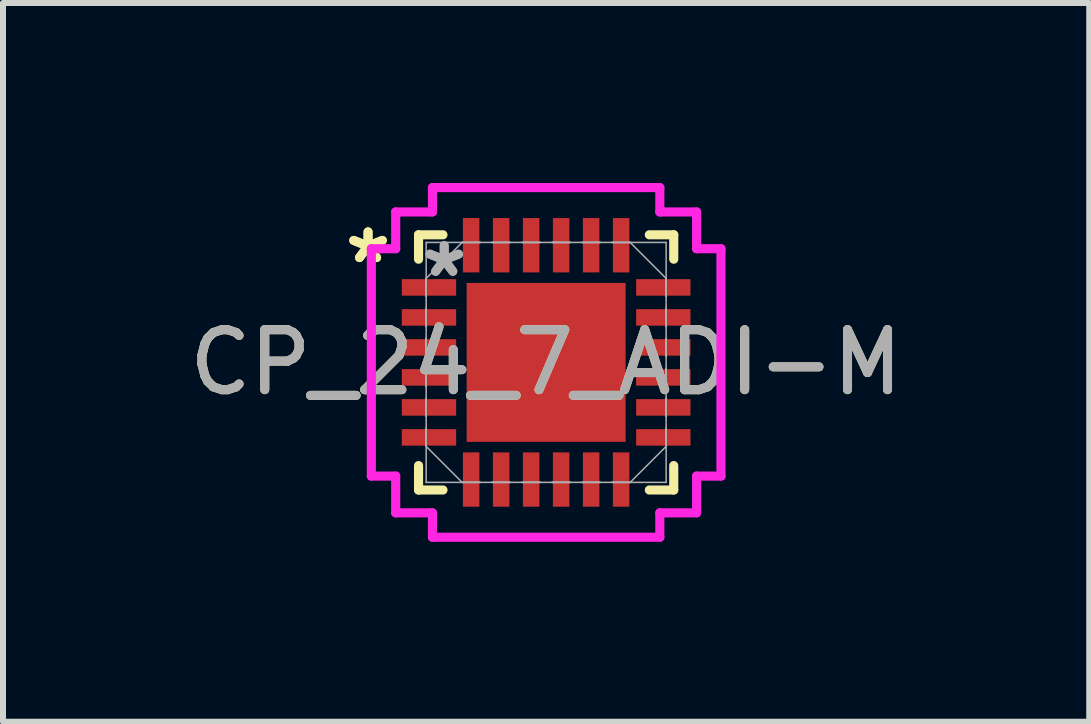
<source format=kicad_pcb>
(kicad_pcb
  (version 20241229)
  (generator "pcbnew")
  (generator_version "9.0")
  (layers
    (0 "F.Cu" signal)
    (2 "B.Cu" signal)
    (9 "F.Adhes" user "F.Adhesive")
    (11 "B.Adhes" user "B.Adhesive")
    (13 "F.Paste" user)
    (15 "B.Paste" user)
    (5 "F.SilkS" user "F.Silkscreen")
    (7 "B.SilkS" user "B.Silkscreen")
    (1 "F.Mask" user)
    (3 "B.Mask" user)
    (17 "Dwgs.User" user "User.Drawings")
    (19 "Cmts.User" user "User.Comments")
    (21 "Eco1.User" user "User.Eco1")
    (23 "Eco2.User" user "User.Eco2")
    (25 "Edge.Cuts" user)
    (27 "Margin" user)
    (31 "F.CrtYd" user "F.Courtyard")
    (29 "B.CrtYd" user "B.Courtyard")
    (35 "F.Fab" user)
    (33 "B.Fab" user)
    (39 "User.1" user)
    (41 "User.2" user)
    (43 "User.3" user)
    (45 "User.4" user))
  (footprint "CP_24_7_ADI-M"
    (layer "F.Cu")
    (at 6.054 2.991)
    (property "Reference" "CP_24_7_ADI-M" (at 0 0 0) (unlocked yes) (layer "F.SilkS") (effects (font (size 1 1) (thickness 0.15))))
    (attr smd)
    (fp_line (start -2.127 -2.127) (end -2.127 -1.72) (stroke (width 0.152) (type solid)) (layer "F.SilkS"))
    (fp_line (start -2.127 1.72) (end -2.127 2.127) (stroke (width 0.152) (type solid)) (layer "F.SilkS"))
    (fp_line (start -2.127 2.127) (end -1.72 2.127) (stroke (width 0.152) (type solid)) (layer "F.SilkS"))
    (fp_line (start -1.72 -2.127) (end -2.127 -2.127) (stroke (width 0.152) (type solid)) (layer "F.SilkS"))
    (fp_line (start 1.72 2.127) (end 2.127 2.127) (stroke (width 0.152) (type solid)) (layer "F.SilkS"))
    (fp_line (start 2.127 -2.127) (end 1.72 -2.127) (stroke (width 0.152) (type solid)) (layer "F.SilkS"))
    (fp_line (start 2.127 -1.72) (end 2.127 -2.127) (stroke (width 0.152) (type solid)) (layer "F.SilkS"))
    (fp_line (start 2.127 2.127) (end 2.127 1.72) (stroke (width 0.152) (type solid)) (layer "F.SilkS"))
    (fp_poly (pts (xy -1.225 -1.225) (xy -1.225 -0.1) (xy -0.1 -0.1) (xy -0.1 -1.225)) (stroke (width 0) (type solid)) (fill yes) (layer "F.Paste"))
    (fp_poly (pts (xy -1.225 0.1) (xy -1.225 1.225) (xy -0.1 1.225) (xy -0.1 0.1)) (stroke (width 0) (type solid)) (fill yes) (layer "F.Paste"))
    (fp_poly (pts (xy 0.1 -1.225) (xy 0.1 -0.1) (xy 1.225 -0.1) (xy 1.225 -1.225)) (stroke (width 0) (type solid)) (fill yes) (layer "F.Paste"))
    (fp_poly (pts (xy 0.1 0.1) (xy 0.1 1.225) (xy 1.225 1.225) (xy 1.225 0.1)) (stroke (width 0) (type solid)) (fill yes) (layer "F.Paste"))
    (fp_line (start -2.914 -1.895) (end -2.508 -1.895) (stroke (width 0.152) (type solid)) (layer "F.CrtYd"))
    (fp_line (start -2.914 1.895) (end -2.914 -1.895) (stroke (width 0.152) (type solid)) (layer "F.CrtYd"))
    (fp_line (start -2.508 -2.508) (end -1.895 -2.508) (stroke (width 0.152) (type solid)) (layer "F.CrtYd"))
    (fp_line (start -2.508 -1.895) (end -2.508 -2.508) (stroke (width 0.152) (type solid)) (layer "F.CrtYd"))
    (fp_line (start -2.508 1.895) (end -2.914 1.895) (stroke (width 0.152) (type solid)) (layer "F.CrtYd"))
    (fp_line (start -2.508 2.508) (end -2.508 1.895) (stroke (width 0.152) (type solid)) (layer "F.CrtYd"))
    (fp_line (start -1.895 -2.914) (end 1.895 -2.914) (stroke (width 0.152) (type solid)) (layer "F.CrtYd"))
    (fp_line (start -1.895 -2.508) (end -1.895 -2.914) (stroke (width 0.152) (type solid)) (layer "F.CrtYd"))
    (fp_line (start -1.895 2.508) (end -2.508 2.508) (stroke (width 0.152) (type solid)) (layer "F.CrtYd"))
    (fp_line (start -1.895 2.914) (end -1.895 2.508) (stroke (width 0.152) (type solid)) (layer "F.CrtYd"))
    (fp_line (start 1.895 -2.914) (end 1.895 -2.508) (stroke (width 0.152) (type solid)) (layer "F.CrtYd"))
    (fp_line (start 1.895 -2.508) (end 2.508 -2.508) (stroke (width 0.152) (type solid)) (layer "F.CrtYd"))
    (fp_line (start 1.895 2.508) (end 1.895 2.914) (stroke (width 0.152) (type solid)) (layer "F.CrtYd"))
    (fp_line (start 1.895 2.914) (end -1.895 2.914) (stroke (width 0.152) (type solid)) (layer "F.CrtYd"))
    (fp_line (start 2.508 -2.508) (end 2.508 -1.895) (stroke (width 0.152) (type solid)) (layer "F.CrtYd"))
    (fp_line (start 2.508 -1.895) (end 2.914 -1.895) (stroke (width 0.152) (type solid)) (layer "F.CrtYd"))
    (fp_line (start 2.508 1.895) (end 2.508 2.508) (stroke (width 0.152) (type solid)) (layer "F.CrtYd"))
    (fp_line (start 2.508 2.508) (end 1.895 2.508) (stroke (width 0.152) (type solid)) (layer "F.CrtYd"))
    (fp_line (start 2.914 -1.895) (end 2.914 1.895) (stroke (width 0.152) (type solid)) (layer "F.CrtYd"))
    (fp_line (start 2.914 1.895) (end 2.508 1.895) (stroke (width 0.152) (type solid)) (layer "F.CrtYd"))
    (fp_line (start -2 -2) (end -2 2) (stroke (width 0.025) (type solid)) (layer "F.Fab"))
    (fp_line (start -2 -1.4) (end -2 -1.4) (stroke (width 0.025) (type solid)) (layer "F.Fab"))
    (fp_line (start -2 -1.4) (end -2 -1.1) (stroke (width 0.025) (type solid)) (layer "F.Fab"))
    (fp_line (start -2 -1.4) (end -1.4 -2) (stroke (width 0.025) (type solid)) (layer "F.Fab"))
    (fp_line (start -2 -1.1) (end -2 -1.4) (stroke (width 0.025) (type solid)) (layer "F.Fab"))
    (fp_line (start -2 -1.1) (end -2 -1.1) (stroke (width 0.025) (type solid)) (layer "F.Fab"))
    (fp_line (start -2 -0.9) (end -2 -0.9) (stroke (width 0.025) (type solid)) (layer "F.Fab"))
    (fp_line (start -2 -0.9) (end -2 -0.6) (stroke (width 0.025) (type solid)) (layer "F.Fab"))
    (fp_line (start -2 -0.6) (end -2 -0.9) (stroke (width 0.025) (type solid)) (layer "F.Fab"))
    (fp_line (start -2 -0.6) (end -2 -0.6) (stroke (width 0.025) (type solid)) (layer "F.Fab"))
    (fp_line (start -2 -0.4) (end -2 -0.4) (stroke (width 0.025) (type solid)) (layer "F.Fab"))
    (fp_line (start -2 -0.4) (end -2 -0.1) (stroke (width 0.025) (type solid)) (layer "F.Fab"))
    (fp_line (start -2 -0.1) (end -2 -0.4) (stroke (width 0.025) (type solid)) (layer "F.Fab"))
    (fp_line (start -2 -0.1) (end -2 -0.1) (stroke (width 0.025) (type solid)) (layer "F.Fab"))
    (fp_line (start -2 0.1) (end -2 0.1) (stroke (width 0.025) (type solid)) (layer "F.Fab"))
    (fp_line (start -2 0.1) (end -2 0.4) (stroke (width 0.025) (type solid)) (layer "F.Fab"))
    (fp_line (start -2 0.4) (end -2 0.1) (stroke (width 0.025) (type solid)) (layer "F.Fab"))
    (fp_line (start -2 0.4) (end -2 0.4) (stroke (width 0.025) (type solid)) (layer "F.Fab"))
    (fp_line (start -2 0.6) (end -2 0.6) (stroke (width 0.025) (type solid)) (layer "F.Fab"))
    (fp_line (start -2 0.6) (end -2 0.9) (stroke (width 0.025) (type solid)) (layer "F.Fab"))
    (fp_line (start -2 0.9) (end -2 0.6) (stroke (width 0.025) (type solid)) (layer "F.Fab"))
    (fp_line (start -2 0.9) (end -2 0.9) (stroke (width 0.025) (type solid)) (layer "F.Fab"))
    (fp_line (start -2 1.1) (end -2 1.1) (stroke (width 0.025) (type solid)) (layer "F.Fab"))
    (fp_line (start -2 1.1) (end -2 1.4) (stroke (width 0.025) (type solid)) (layer "F.Fab"))
    (fp_line (start -2 1.4) (end -2 1.1) (stroke (width 0.025) (type solid)) (layer "F.Fab"))
    (fp_line (start -2 1.4) (end -2 1.4) (stroke (width 0.025) (type solid)) (layer "F.Fab"))
    (fp_line (start -2 2) (end 2 2) (stroke (width 0.025) (type solid)) (layer "F.Fab"))
    (fp_line (start -1.4 -2) (end -1.4 -2) (stroke (width 0.025) (type solid)) (layer "F.Fab"))
    (fp_line (start -1.4 -2) (end -1.1 -2) (stroke (width 0.025) (type solid)) (layer "F.Fab"))
    (fp_line (start -1.4 2) (end -2 1.4) (stroke (width 0.025) (type solid)) (layer "F.Fab"))
    (fp_line (start -1.4 2) (end -1.4 2) (stroke (width 0.025) (type solid)) (layer "F.Fab"))
    (fp_line (start -1.4 2) (end -1.1 2) (stroke (width 0.025) (type solid)) (layer "F.Fab"))
    (fp_line (start -1.1 -2) (end -1.4 -2) (stroke (width 0.025) (type solid)) (layer "F.Fab"))
    (fp_line (start -1.1 -2) (end -1.1 -2) (stroke (width 0.025) (type solid)) (layer "F.Fab"))
    (fp_line (start -1.1 2) (end -1.4 2) (stroke (width 0.025) (type solid)) (layer "F.Fab"))
    (fp_line (start -1.1 2) (end -1.1 2) (stroke (width 0.025) (type solid)) (layer "F.Fab"))
    (fp_line (start -0.9 -2) (end -0.9 -2) (stroke (width 0.025) (type solid)) (layer "F.Fab"))
    (fp_line (start -0.9 -2) (end -0.6 -2) (stroke (width 0.025) (type solid)) (layer "F.Fab"))
    (fp_line (start -0.9 2) (end -0.9 2) (stroke (width 0.025) (type solid)) (layer "F.Fab"))
    (fp_line (start -0.9 2) (end -0.6 2) (stroke (width 0.025) (type solid)) (layer "F.Fab"))
    (fp_line (start -0.6 -2) (end -0.9 -2) (stroke (width 0.025) (type solid)) (layer "F.Fab"))
    (fp_line (start -0.6 -2) (end -0.6 -2) (stroke (width 0.025) (type solid)) (layer "F.Fab"))
    (fp_line (start -0.6 2) (end -0.9 2) (stroke (width 0.025) (type solid)) (layer "F.Fab"))
    (fp_line (start -0.6 2) (end -0.6 2) (stroke (width 0.025) (type solid)) (layer "F.Fab"))
    (fp_line (start -0.4 -2) (end -0.4 -2) (stroke (width 0.025) (type solid)) (layer "F.Fab"))
    (fp_line (start -0.4 -2) (end -0.1 -2) (stroke (width 0.025) (type solid)) (layer "F.Fab"))
    (fp_line (start -0.4 2) (end -0.4 2) (stroke (width 0.025) (type solid)) (layer "F.Fab"))
    (fp_line (start -0.4 2) (end -0.1 2) (stroke (width 0.025) (type solid)) (layer "F.Fab"))
    (fp_line (start -0.1 -2) (end -0.4 -2) (stroke (width 0.025) (type solid)) (layer "F.Fab"))
    (fp_line (start -0.1 -2) (end -0.1 -2) (stroke (width 0.025) (type solid)) (layer "F.Fab"))
    (fp_line (start -0.1 2) (end -0.4 2) (stroke (width 0.025) (type solid)) (layer "F.Fab"))
    (fp_line (start -0.1 2) (end -0.1 2) (stroke (width 0.025) (type solid)) (layer "F.Fab"))
    (fp_line (start 0.1 -2) (end 0.1 -2) (stroke (width 0.025) (type solid)) (layer "F.Fab"))
    (fp_line (start 0.1 -2) (end 0.4 -2) (stroke (width 0.025) (type solid)) (layer "F.Fab"))
    (fp_line (start 0.1 2) (end 0.1 2) (stroke (width 0.025) (type solid)) (layer "F.Fab"))
    (fp_line (start 0.1 2) (end 0.4 2) (stroke (width 0.025) (type solid)) (layer "F.Fab"))
    (fp_line (start 0.4 -2) (end 0.1 -2) (stroke (width 0.025) (type solid)) (layer "F.Fab"))
    (fp_line (start 0.4 -2) (end 0.4 -2) (stroke (width 0.025) (type solid)) (layer "F.Fab"))
    (fp_line (start 0.4 2) (end 0.1 2) (stroke (width 0.025) (type solid)) (layer "F.Fab"))
    (fp_line (start 0.4 2) (end 0.4 2) (stroke (width 0.025) (type solid)) (layer "F.Fab"))
    (fp_line (start 0.6 -2) (end 0.6 -2) (stroke (width 0.025) (type solid)) (layer "F.Fab"))
    (fp_line (start 0.6 -2) (end 0.9 -2) (stroke (width 0.025) (type solid)) (layer "F.Fab"))
    (fp_line (start 0.6 2) (end 0.6 2) (stroke (width 0.025) (type solid)) (layer "F.Fab"))
    (fp_line (start 0.6 2) (end 0.9 2) (stroke (width 0.025) (type solid)) (layer "F.Fab"))
    (fp_line (start 0.9 -2) (end 0.6 -2) (stroke (width 0.025) (type solid)) (layer "F.Fab"))
    (fp_line (start 0.9 -2) (end 0.9 -2) (stroke (width 0.025) (type solid)) (layer "F.Fab"))
    (fp_line (start 0.9 2) (end 0.6 2) (stroke (width 0.025) (type solid)) (layer "F.Fab"))
    (fp_line (start 0.9 2) (end 0.9 2) (stroke (width 0.025) (type solid)) (layer "F.Fab"))
    (fp_line (start 1.1 -2) (end 1.1 -2) (stroke (width 0.025) (type solid)) (layer "F.Fab"))
    (fp_line (start 1.1 -2) (end 1.4 -2) (stroke (width 0.025) (type solid)) (layer "F.Fab"))
    (fp_line (start 1.1 2) (end 1.1 2) (stroke (width 0.025) (type solid)) (layer "F.Fab"))
    (fp_line (start 1.1 2) (end 1.4 2) (stroke (width 0.025) (type solid)) (layer "F.Fab"))
    (fp_line (start 1.4 -2) (end 1.1 -2) (stroke (width 0.025) (type solid)) (layer "F.Fab"))
    (fp_line (start 1.4 -2) (end 1.4 -2) (stroke (width 0.025) (type solid)) (layer "F.Fab"))
    (fp_line (start 1.4 -2) (end 2 -1.4) (stroke (width 0.025) (type solid)) (layer "F.Fab"))
    (fp_line (start 1.4 2) (end 1.1 2) (stroke (width 0.025) (type solid)) (layer "F.Fab"))
    (fp_line (start 1.4 2) (end 1.4 2) (stroke (width 0.025) (type solid)) (layer "F.Fab"))
    (fp_line (start 1.4 2) (end 2 1.4) (stroke (width 0.025) (type solid)) (layer "F.Fab"))
    (fp_line (start 2 -2) (end -2 -2) (stroke (width 0.025) (type solid)) (layer "F.Fab"))
    (fp_line (start 2 -1.4) (end 2 -1.4) (stroke (width 0.025) (type solid)) (layer "F.Fab"))
    (fp_line (start 2 -1.4) (end 2 -1.1) (stroke (width 0.025) (type solid)) (layer "F.Fab"))
    (fp_line (start 2 -1.1) (end 2 -1.4) (stroke (width 0.025) (type solid)) (layer "F.Fab"))
    (fp_line (start 2 -1.1) (end 2 -1.1) (stroke (width 0.025) (type solid)) (layer "F.Fab"))
    (fp_line (start 2 -0.9) (end 2 -0.9) (stroke (width 0.025) (type solid)) (layer "F.Fab"))
    (fp_line (start 2 -0.9) (end 2 -0.6) (stroke (width 0.025) (type solid)) (layer "F.Fab"))
    (fp_line (start 2 -0.6) (end 2 -0.9) (stroke (width 0.025) (type solid)) (layer "F.Fab"))
    (fp_line (start 2 -0.6) (end 2 -0.6) (stroke (width 0.025) (type solid)) (layer "F.Fab"))
    (fp_line (start 2 -0.4) (end 2 -0.4) (stroke (width 0.025) (type solid)) (layer "F.Fab"))
    (fp_line (start 2 -0.4) (end 2 -0.1) (stroke (width 0.025) (type solid)) (layer "F.Fab"))
    (fp_line (start 2 -0.1) (end 2 -0.4) (stroke (width 0.025) (type solid)) (layer "F.Fab"))
    (fp_line (start 2 -0.1) (end 2 -0.1) (stroke (width 0.025) (type solid)) (layer "F.Fab"))
    (fp_line (start 2 0.1) (end 2 0.1) (stroke (width 0.025) (type solid)) (layer "F.Fab"))
    (fp_line (start 2 0.1) (end 2 0.4) (stroke (width 0.025) (type solid)) (layer "F.Fab"))
    (fp_line (start 2 0.4) (end 2 0.1) (stroke (width 0.025) (type solid)) (layer "F.Fab"))
    (fp_line (start 2 0.4) (end 2 0.4) (stroke (width 0.025) (type solid)) (layer "F.Fab"))
    (fp_line (start 2 0.6) (end 2 0.6) (stroke (width 0.025) (type solid)) (layer "F.Fab"))
    (fp_line (start 2 0.6) (end 2 0.9) (stroke (width 0.025) (type solid)) (layer "F.Fab"))
    (fp_line (start 2 0.9) (end 2 0.6) (stroke (width 0.025) (type solid)) (layer "F.Fab"))
    (fp_line (start 2 0.9) (end 2 0.9) (stroke (width 0.025) (type solid)) (layer "F.Fab"))
    (fp_line (start 2 1.1) (end 2 1.1) (stroke (width 0.025) (type solid)) (layer "F.Fab"))
    (fp_line (start 2 1.1) (end 2 1.4) (stroke (width 0.025) (type solid)) (layer "F.Fab"))
    (fp_line (start 2 1.4) (end 2 1.1) (stroke (width 0.025) (type solid)) (layer "F.Fab"))
    (fp_line (start 2 1.4) (end 2 1.4) (stroke (width 0.025) (type solid)) (layer "F.Fab"))
    (fp_line (start 2 2) (end 2 -2) (stroke (width 0.025) (type solid)) (layer "F.Fab"))
    (fp_text user "*" (at -2.969 -1.631 0) (layer "F.SilkS") (effects (font (size 1 1) (thickness 0.15))))
    (fp_text user "*" (at -2.969 -1.631 0) (unlocked yes) (layer "F.SilkS") (effects (font (size 1 1) (thickness 0.15))))
    (fp_text user "*" (at -1.699 -1.402 0) (layer "F.Fab") (effects (font (size 1 1) (thickness 0.15))))
    (fp_text user "*" (at -1.699 -1.402 0) (unlocked yes) (layer "F.Fab") (effects (font (size 1 1) (thickness 0.15))))
    (fp_text user "${REFERENCE}" (at 0 0 0) (unlocked yes) (layer "F.Fab") (effects (font (size 1 1) (thickness 0.15))))
    (pad "1" smd rect (at 1.25 -1.953) (size 0.275 0.906) (layers "F.Cu" "F.Mask" "F.Paste"))
    (pad "2" smd rect (at 0.75 -1.953) (size 0.275 0.906) (layers "F.Cu" "F.Mask" "F.Paste"))
    (pad "3" smd rect (at 0.25 -1.953) (size 0.275 0.906) (layers "F.Cu" "F.Mask" "F.Paste"))
    (pad "4" smd rect (at -0.25 -1.953) (size 0.275 0.906) (layers "F.Cu" "F.Mask" "F.Paste"))
    (pad "5" smd rect (at -0.75 -1.953) (size 0.275 0.906) (layers "F.Cu" "F.Mask" "F.Paste"))
    (pad "6" smd rect (at -1.25 -1.953) (size 0.275 0.906) (layers "F.Cu" "F.Mask" "F.Paste"))
    (pad "7" smd rect (at -1.953 -1.25 90) (size 0.275 0.906) (layers "F.Cu" "F.Mask" "F.Paste"))
    (pad "8" smd rect (at -1.953 -0.75 90) (size 0.275 0.906) (layers "F.Cu" "F.Mask" "F.Paste"))
    (pad "9" smd rect (at -1.953 -0.25 90) (size 0.275 0.906) (layers "F.Cu" "F.Mask" "F.Paste"))
    (pad "10" smd rect (at -1.953 0.25 90) (size 0.275 0.906) (layers "F.Cu" "F.Mask" "F.Paste"))
    (pad "11" smd rect (at -1.953 0.75 90) (size 0.275 0.906) (layers "F.Cu" "F.Mask" "F.Paste"))
    (pad "12" smd rect (at -1.953 1.25 90) (size 0.275 0.906) (layers "F.Cu" "F.Mask" "F.Paste"))
    (pad "13" smd rect (at -1.25 1.953) (size 0.275 0.906) (layers "F.Cu" "F.Mask" "F.Paste"))
    (pad "14" smd rect (at -0.75 1.953) (size 0.275 0.906) (layers "F.Cu" "F.Mask" "F.Paste"))
    (pad "15" smd rect (at -0.25 1.953) (size 0.275 0.906) (layers "F.Cu" "F.Mask" "F.Paste"))
    (pad "16" smd rect (at 0.25 1.953) (size 0.275 0.906) (layers "F.Cu" "F.Mask" "F.Paste"))
    (pad "17" smd rect (at 0.75 1.953) (size 0.275 0.906) (layers "F.Cu" "F.Mask" "F.Paste"))
    (pad "18" smd rect (at 1.25 1.953) (size 0.275 0.906) (layers "F.Cu" "F.Mask" "F.Paste"))
    (pad "19" smd rect (at 1.953 1.25 90) (size 0.275 0.906) (layers "F.Cu" "F.Mask" "F.Paste"))
    (pad "20" smd rect (at 1.953 0.75 90) (size 0.275 0.906) (layers "F.Cu" "F.Mask" "F.Paste"))
    (pad "21" smd rect (at 1.953 0.25 90) (size 0.275 0.906) (layers "F.Cu" "F.Mask" "F.Paste"))
    (pad "22" smd rect (at 1.953 -0.25 90) (size 0.275 0.906) (layers "F.Cu" "F.Mask" "F.Paste"))
    (pad "23" smd rect (at 1.953 -0.75 90) (size 0.275 0.906) (layers "F.Cu" "F.Mask" "F.Paste"))
    (pad "24" smd rect (at 1.953 -1.25 90) (size 0.275 0.906) (layers "F.Cu" "F.Mask" "F.Paste"))
    (pad "HTAB" smd rect (at 0 0) (size 2.65 2.65) (layers "F.Cu" "F.Mask" "F.Paste")))
  (gr_rect
    (start -3 -3)
    (end 15.107 8.981)
    (stroke (width 0.1) (type default))
    (fill no)
    (layer "Edge.Cuts")))
</source>
